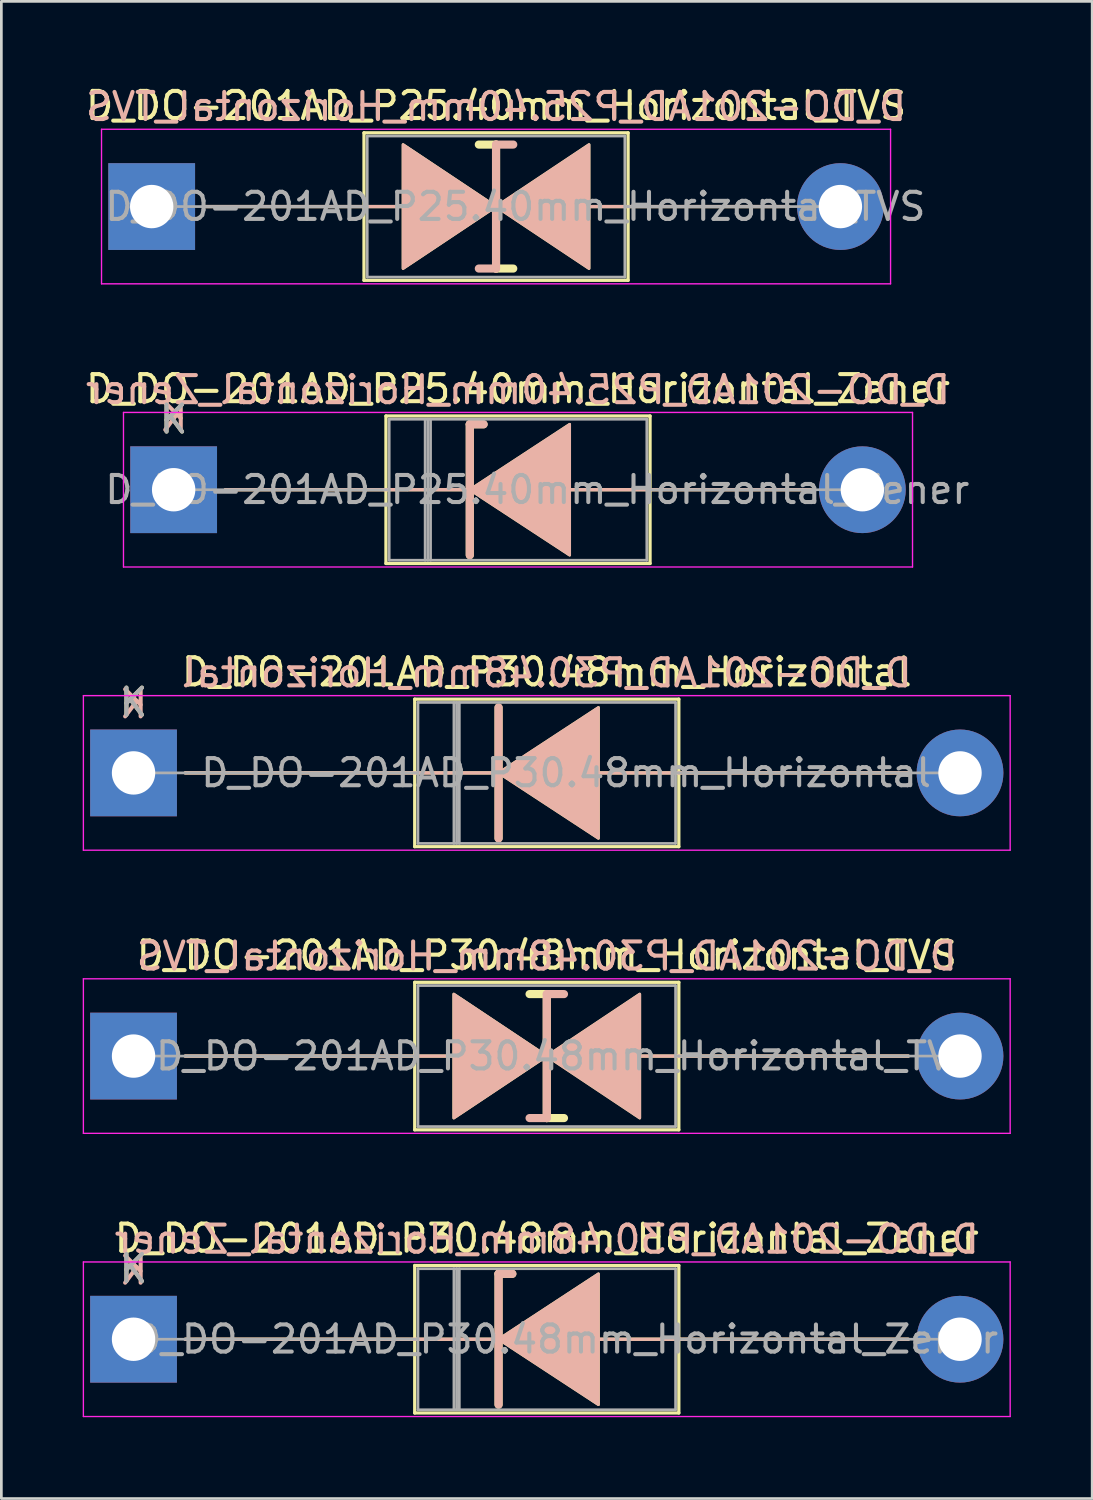
<source format=kicad_pcb>
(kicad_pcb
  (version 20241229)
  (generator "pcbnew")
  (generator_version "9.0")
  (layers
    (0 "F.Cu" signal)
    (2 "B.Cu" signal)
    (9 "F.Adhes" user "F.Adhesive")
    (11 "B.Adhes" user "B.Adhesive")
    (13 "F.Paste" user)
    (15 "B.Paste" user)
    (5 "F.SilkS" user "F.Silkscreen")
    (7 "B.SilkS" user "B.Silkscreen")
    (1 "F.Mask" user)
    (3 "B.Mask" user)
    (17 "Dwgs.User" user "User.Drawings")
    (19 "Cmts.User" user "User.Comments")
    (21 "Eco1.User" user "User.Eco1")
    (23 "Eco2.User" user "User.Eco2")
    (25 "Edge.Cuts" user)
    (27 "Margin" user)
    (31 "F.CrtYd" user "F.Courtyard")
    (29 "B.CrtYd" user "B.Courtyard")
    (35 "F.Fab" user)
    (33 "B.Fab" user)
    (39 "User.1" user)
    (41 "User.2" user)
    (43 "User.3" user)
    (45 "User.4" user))
  (footprint "D_DO-201AD_P25.40mm_Horizontal_Zener"
    (layer "F.Cu")
    (at 3.354 15.011)
    (property "Reference" "D_DO-201AD_P25.40mm_Horizontal_Zener" (at 12.7 -3.72 0) (layer "F.SilkS") (effects (font (size 1 1) (thickness 0.15))))
    (fp_line (start 1.905 0) (end 7.83 0) (stroke (width 0.12) (type solid)) (layer "F.SilkS"))
    (fp_line (start 7.83 -2.72) (end 7.83 2.72) (stroke (width 0.12) (type solid)) (layer "F.SilkS"))
    (fp_line (start 7.83 2.72) (end 17.57 2.72) (stroke (width 0.12) (type solid)) (layer "F.SilkS"))
    (fp_line (start 10.795 0) (end 7.83 0) (stroke (width 0.12) (type solid)) (layer "F.SilkS"))
    (fp_line (start 10.922 -2.413) (end 10.922 2.413) (stroke (width 0.3) (type solid)) (layer "F.SilkS"))
    (fp_line (start 10.922 -2.413) (end 11.43 -2.413) (stroke (width 0.3) (type solid)) (layer "F.SilkS"))
    (fp_line (start 14.605 0) (end 17.57 0) (stroke (width 0.12) (type solid)) (layer "F.SilkS"))
    (fp_line (start 17.57 -2.72) (end 7.83 -2.72) (stroke (width 0.12) (type solid)) (layer "F.SilkS"))
    (fp_line (start 17.57 2.72) (end 17.57 -2.72) (stroke (width 0.12) (type solid)) (layer "F.SilkS"))
    (fp_line (start 23.495 0) (end 17.57 0) (stroke (width 0.12) (type solid)) (layer "F.SilkS"))
    (fp_poly (pts (xy 14.605 2.413) (xy 10.922 0) (xy 14.605 -2.413)) (stroke (width 0.1) (type solid)) (fill yes) (layer "F.SilkS"))
    (fp_line (start 1.905 0) (end 7.83 0) (stroke (width 0.12) (type solid)) (layer "B.SilkS"))
    (fp_line (start 10.795 0) (end 7.83 0) (stroke (width 0.12) (type solid)) (layer "B.SilkS"))
    (fp_line (start 10.922 -2.413) (end 11.43 -2.413) (stroke (width 0.3) (type solid)) (layer "B.SilkS"))
    (fp_line (start 10.922 2.413) (end 10.922 -2.413) (stroke (width 0.3) (type solid)) (layer "B.SilkS"))
    (fp_line (start 14.605 0) (end 17.57 0) (stroke (width 0.12) (type solid)) (layer "B.SilkS"))
    (fp_line (start 23.495 0) (end 17.57 0) (stroke (width 0.12) (type solid)) (layer "B.SilkS"))
    (fp_poly (pts (xy 14.605 -2.413) (xy 10.922 0) (xy 14.605 2.413)) (stroke (width 0.1) (type solid)) (fill yes) (layer "B.SilkS"))
    (fp_line (start -1.85 -2.85) (end -1.85 2.85) (stroke (width 0.05) (type solid)) (layer "F.CrtYd"))
    (fp_line (start -1.85 2.85) (end 27.25 2.85) (stroke (width 0.05) (type solid)) (layer "F.CrtYd"))
    (fp_line (start 27.25 -2.85) (end -1.85 -2.85) (stroke (width 0.05) (type solid)) (layer "F.CrtYd"))
    (fp_line (start 27.25 2.85) (end 27.25 -2.85) (stroke (width 0.05) (type solid)) (layer "F.CrtYd"))
    (fp_line (start 0 0) (end 7.95 0) (stroke (width 0.1) (type solid)) (layer "F.Fab"))
    (fp_line (start 7.95 -2.6) (end 7.95 2.6) (stroke (width 0.1) (type solid)) (layer "F.Fab"))
    (fp_line (start 7.95 2.6) (end 17.45 2.6) (stroke (width 0.1) (type solid)) (layer "F.Fab"))
    (fp_line (start 9.275 -2.6) (end 9.275 2.6) (stroke (width 0.1) (type solid)) (layer "F.Fab"))
    (fp_line (start 9.375 -2.6) (end 9.375 2.6) (stroke (width 0.1) (type solid)) (layer "F.Fab"))
    (fp_line (start 9.475 -2.6) (end 9.475 2.6) (stroke (width 0.1) (type solid)) (layer "F.Fab"))
    (fp_line (start 17.45 -2.6) (end 7.95 -2.6) (stroke (width 0.1) (type solid)) (layer "F.Fab"))
    (fp_line (start 17.45 2.6) (end 17.45 -2.6) (stroke (width 0.1) (type solid)) (layer "F.Fab"))
    (fp_line (start 25.4 0) (end 17.45 0) (stroke (width 0.1) (type solid)) (layer "F.Fab"))
    (fp_text user "K" (at 0 -2.6 0) (layer "F.SilkS") (effects (font (size 1 1) (thickness 0.15))))
    (fp_text user "K" (at 0 -2.667 0) (layer "B.SilkS") (effects (font (size 1 1) (thickness 0.15)) (justify mirror)))
    (fp_text user "${REFERENCE}" (at 12.7 -3.683 0) (layer "B.SilkS") (effects (font (size 1 1) (thickness 0.15)) (justify mirror)))
    (fp_text user "K" (at 0 -2.6 0) (layer "F.Fab") (effects (font (size 1 1) (thickness 0.15))))
    (fp_text user "${REFERENCE}" (at 13.412 0 0) (layer "F.Fab") (effects (font (size 1 1) (thickness 0.15))))
    (pad "1" thru_hole rect (at 0 0) (size 3.2 3.2) (drill 1.6) (layers "*.Cu" "*.Mask"))
    (pad "2" thru_hole oval (at 25.4 0) (size 3.2 3.2) (drill 1.6) (layers "*.Cu" "*.Mask")))
  (footprint "D_DO-201AD_P30.48mm_Horizontal_TVS"
    (layer "F.Cu")
    (at 1.875 35.898)
    (property "Reference" "D_DO-201AD_P30.48mm_Horizontal_TVS" (at 15.24 -3.72 0) (layer "F.SilkS") (effects (font (size 1 1) (thickness 0.15))))
    (fp_line (start 1.905 0) (end 10.37 0) (stroke (width 0.12) (type solid)) (layer "F.SilkS"))
    (fp_line (start 10.37 -2.72) (end 10.37 2.72) (stroke (width 0.12) (type solid)) (layer "F.SilkS"))
    (fp_line (start 10.37 0) (end 11.811 0) (stroke (width 0.12) (type solid)) (layer "F.SilkS"))
    (fp_line (start 10.37 2.72) (end 20.11 2.72) (stroke (width 0.12) (type solid)) (layer "F.SilkS"))
    (fp_line (start 15.24 -2.286) (end 14.605 -2.286) (stroke (width 0.3) (type solid)) (layer "F.SilkS"))
    (fp_line (start 15.24 2.286) (end 15.24 -2.286) (stroke (width 0.3) (type solid)) (layer "F.SilkS"))
    (fp_line (start 15.875 2.286) (end 15.24 2.286) (stroke (width 0.3) (type solid)) (layer "F.SilkS"))
    (fp_line (start 18.669 0) (end 20.11 0) (stroke (width 0.12) (type solid)) (layer "F.SilkS"))
    (fp_line (start 20.11 -2.72) (end 10.37 -2.72) (stroke (width 0.12) (type solid)) (layer "F.SilkS"))
    (fp_line (start 20.11 2.72) (end 20.11 -2.72) (stroke (width 0.12) (type solid)) (layer "F.SilkS"))
    (fp_line (start 28.575 0) (end 20.11 0) (stroke (width 0.12) (type solid)) (layer "F.SilkS"))
    (fp_poly (pts (xy 15.24 0) (xy 11.811 2.286) (xy 11.811 -2.286)) (stroke (width 0.1) (type solid)) (fill yes) (layer "F.SilkS"))
    (fp_poly (pts (xy 15.24 0) (xy 18.669 -2.286) (xy 18.669 2.286)) (stroke (width 0.1) (type solid)) (fill yes) (layer "F.SilkS"))
    (fp_line (start 1.905 0) (end 10.37 0) (stroke (width 0.12) (type solid)) (layer "B.SilkS"))
    (fp_line (start 10.37 0) (end 11.811 0) (stroke (width 0.12) (type solid)) (layer "B.SilkS"))
    (fp_line (start 15.24 -2.286) (end 15.24 2.286) (stroke (width 0.3) (type solid)) (layer "B.SilkS"))
    (fp_line (start 15.24 2.286) (end 14.605 2.286) (stroke (width 0.3) (type solid)) (layer "B.SilkS"))
    (fp_line (start 15.875 -2.286) (end 15.24 -2.286) (stroke (width 0.3) (type solid)) (layer "B.SilkS"))
    (fp_line (start 18.669 0) (end 20.11 0) (stroke (width 0.12) (type solid)) (layer "B.SilkS"))
    (fp_line (start 28.575 0) (end 20.11 0) (stroke (width 0.12) (type solid)) (layer "B.SilkS"))
    (fp_poly (pts (xy 15.24 0) (xy 11.811 -2.286) (xy 11.811 2.286)) (stroke (width 0.1) (type solid)) (fill yes) (layer "B.SilkS"))
    (fp_poly (pts (xy 15.24 0) (xy 18.669 2.286) (xy 18.669 -2.286)) (stroke (width 0.1) (type solid)) (fill yes) (layer "B.SilkS"))
    (fp_line (start -1.85 -2.85) (end -1.85 2.85) (stroke (width 0.05) (type solid)) (layer "F.CrtYd"))
    (fp_line (start -1.85 2.85) (end 32.33 2.85) (stroke (width 0.05) (type solid)) (layer "F.CrtYd"))
    (fp_line (start 32.33 -2.85) (end -1.85 -2.85) (stroke (width 0.05) (type solid)) (layer "F.CrtYd"))
    (fp_line (start 32.33 2.85) (end 32.33 -2.85) (stroke (width 0.05) (type solid)) (layer "F.CrtYd"))
    (fp_line (start 0 0) (end 10.49 0) (stroke (width 0.1) (type solid)) (layer "F.Fab"))
    (fp_line (start 10.49 -2.6) (end 10.49 2.6) (stroke (width 0.1) (type solid)) (layer "F.Fab"))
    (fp_line (start 10.49 2.6) (end 19.99 2.6) (stroke (width 0.1) (type solid)) (layer "F.Fab"))
    (fp_line (start 19.99 -2.6) (end 10.49 -2.6) (stroke (width 0.1) (type solid)) (layer "F.Fab"))
    (fp_line (start 19.99 2.6) (end 19.99 -2.6) (stroke (width 0.1) (type solid)) (layer "F.Fab"))
    (fp_line (start 30.48 0) (end 19.99 0) (stroke (width 0.1) (type solid)) (layer "F.Fab"))
    (fp_text user "${REFERENCE}" (at 15.24 -3.683 0) (layer "B.SilkS") (effects (font (size 1 1) (thickness 0.15)) (justify mirror)))
    (fp_text user "${REFERENCE}" (at 15.953 0 0) (layer "F.Fab") (effects (font (size 1 1) (thickness 0.15))))
    (pad "1" thru_hole rect (at 0 0) (size 3.2 3.2) (drill 1.6) (layers "*.Cu" "*.Mask"))
    (pad "2" thru_hole oval (at 30.48 0) (size 3.2 3.2) (drill 1.6) (layers "*.Cu" "*.Mask")))
  (footprint "D_DO-201AD_P25.40mm_Horizontal_TVS"
    (layer "F.Cu")
    (at 2.544 4.568)
    (property "Reference" "D_DO-201AD_P25.40mm_Horizontal_TVS" (at 12.7 -3.72 0) (layer "F.SilkS") (effects (font (size 1 1) (thickness 0.15))))
    (fp_line (start 1.905 0) (end 7.83 0) (stroke (width 0.12) (type solid)) (layer "F.SilkS"))
    (fp_line (start 7.83 -2.72) (end 7.83 2.72) (stroke (width 0.12) (type solid)) (layer "F.SilkS"))
    (fp_line (start 7.83 0) (end 9.271 0) (stroke (width 0.12) (type solid)) (layer "F.SilkS"))
    (fp_line (start 7.83 2.72) (end 17.57 2.72) (stroke (width 0.12) (type solid)) (layer "F.SilkS"))
    (fp_line (start 12.7 -2.286) (end 12.065 -2.286) (stroke (width 0.3) (type solid)) (layer "F.SilkS"))
    (fp_line (start 12.7 2.286) (end 12.7 -2.286) (stroke (width 0.3) (type solid)) (layer "F.SilkS"))
    (fp_line (start 13.335 2.286) (end 12.7 2.286) (stroke (width 0.3) (type solid)) (layer "F.SilkS"))
    (fp_line (start 16.129 0) (end 17.57 0) (stroke (width 0.12) (type solid)) (layer "F.SilkS"))
    (fp_line (start 17.57 -2.72) (end 7.83 -2.72) (stroke (width 0.12) (type solid)) (layer "F.SilkS"))
    (fp_line (start 17.57 2.72) (end 17.57 -2.72) (stroke (width 0.12) (type solid)) (layer "F.SilkS"))
    (fp_line (start 23.495 0) (end 17.57 0) (stroke (width 0.12) (type solid)) (layer "F.SilkS"))
    (fp_poly (pts (xy 12.7 0) (xy 9.271 2.286) (xy 9.271 -2.286)) (stroke (width 0.1) (type solid)) (fill yes) (layer "F.SilkS"))
    (fp_poly (pts (xy 12.7 0) (xy 16.129 -2.286) (xy 16.129 2.286)) (stroke (width 0.1) (type solid)) (fill yes) (layer "F.SilkS"))
    (fp_line (start 1.905 0) (end 7.83 0) (stroke (width 0.12) (type solid)) (layer "B.SilkS"))
    (fp_line (start 7.83 0) (end 9.271 0) (stroke (width 0.12) (type solid)) (layer "B.SilkS"))
    (fp_line (start 12.7 -2.286) (end 12.7 2.286) (stroke (width 0.3) (type solid)) (layer "B.SilkS"))
    (fp_line (start 12.7 2.286) (end 12.065 2.286) (stroke (width 0.3) (type solid)) (layer "B.SilkS"))
    (fp_line (start 13.335 -2.286) (end 12.7 -2.286) (stroke (width 0.3) (type solid)) (layer "B.SilkS"))
    (fp_line (start 16.129 0) (end 17.57 0) (stroke (width 0.12) (type solid)) (layer "B.SilkS"))
    (fp_line (start 23.495 0) (end 17.57 0) (stroke (width 0.12) (type solid)) (layer "B.SilkS"))
    (fp_poly (pts (xy 12.7 0) (xy 9.271 -2.286) (xy 9.271 2.286)) (stroke (width 0.1) (type solid)) (fill yes) (layer "B.SilkS"))
    (fp_poly (pts (xy 12.7 0) (xy 16.129 2.286) (xy 16.129 -2.286)) (stroke (width 0.1) (type solid)) (fill yes) (layer "B.SilkS"))
    (fp_line (start -1.85 -2.85) (end -1.85 2.85) (stroke (width 0.05) (type solid)) (layer "F.CrtYd"))
    (fp_line (start -1.85 2.85) (end 27.25 2.85) (stroke (width 0.05) (type solid)) (layer "F.CrtYd"))
    (fp_line (start 27.25 -2.85) (end -1.85 -2.85) (stroke (width 0.05) (type solid)) (layer "F.CrtYd"))
    (fp_line (start 27.25 2.85) (end 27.25 -2.85) (stroke (width 0.05) (type solid)) (layer "F.CrtYd"))
    (fp_line (start 0 0) (end 7.95 0) (stroke (width 0.1) (type solid)) (layer "F.Fab"))
    (fp_line (start 7.95 -2.6) (end 7.95 2.6) (stroke (width 0.1) (type solid)) (layer "F.Fab"))
    (fp_line (start 7.95 2.6) (end 17.45 2.6) (stroke (width 0.1) (type solid)) (layer "F.Fab"))
    (fp_line (start 17.45 -2.6) (end 7.95 -2.6) (stroke (width 0.1) (type solid)) (layer "F.Fab"))
    (fp_line (start 17.45 2.6) (end 17.45 -2.6) (stroke (width 0.1) (type solid)) (layer "F.Fab"))
    (fp_line (start 25.4 0) (end 17.45 0) (stroke (width 0.1) (type solid)) (layer "F.Fab"))
    (fp_text user "${REFERENCE}" (at 12.7 -3.683 0) (layer "B.SilkS") (effects (font (size 1 1) (thickness 0.15)) (justify mirror)))
    (fp_text user "${REFERENCE}" (at 13.412 0 0) (layer "F.Fab") (effects (font (size 1 1) (thickness 0.15))))
    (pad "1" thru_hole rect (at 0 0) (size 3.2 3.2) (drill 1.6) (layers "*.Cu" "*.Mask"))
    (pad "2" thru_hole oval (at 25.4 0) (size 3.2 3.2) (drill 1.6) (layers "*.Cu" "*.Mask")))
  (footprint "D_DO-201AD_P30.48mm_Horizontal"
    (layer "F.Cu")
    (at 1.875 25.455)
    (property "Reference" "D_DO-201AD_P30.48mm_Horizontal" (at 15.24 -3.72 0) (layer "F.SilkS") (effects (font (size 1 1) (thickness 0.15))))
    (fp_line (start 1.905 0) (end 10.37 0) (stroke (width 0.12) (type solid)) (layer "F.SilkS"))
    (fp_line (start 10.37 -2.72) (end 10.37 2.72) (stroke (width 0.12) (type solid)) (layer "F.SilkS"))
    (fp_line (start 10.37 2.72) (end 20.11 2.72) (stroke (width 0.12) (type solid)) (layer "F.SilkS"))
    (fp_line (start 13.335 0) (end 10.37 0) (stroke (width 0.12) (type solid)) (layer "F.SilkS"))
    (fp_line (start 13.462 -2.413) (end 13.462 2.413) (stroke (width 0.3) (type solid)) (layer "F.SilkS"))
    (fp_line (start 17.145 0) (end 20.11 0) (stroke (width 0.12) (type solid)) (layer "F.SilkS"))
    (fp_line (start 20.11 -2.72) (end 10.37 -2.72) (stroke (width 0.12) (type solid)) (layer "F.SilkS"))
    (fp_line (start 20.11 2.72) (end 20.11 -2.72) (stroke (width 0.12) (type solid)) (layer "F.SilkS"))
    (fp_line (start 28.575 0) (end 20.11 0) (stroke (width 0.12) (type solid)) (layer "F.SilkS"))
    (fp_poly (pts (xy 17.145 2.413) (xy 13.462 0) (xy 17.145 -2.413)) (stroke (width 0.1) (type solid)) (fill yes) (layer "F.SilkS"))
    (fp_line (start 1.905 0) (end 10.37 0) (stroke (width 0.12) (type solid)) (layer "B.SilkS"))
    (fp_line (start 13.335 0) (end 10.37 0) (stroke (width 0.12) (type solid)) (layer "B.SilkS"))
    (fp_line (start 13.462 2.413) (end 13.462 -2.413) (stroke (width 0.3) (type solid)) (layer "B.SilkS"))
    (fp_line (start 17.145 0) (end 20.11 0) (stroke (width 0.12) (type solid)) (layer "B.SilkS"))
    (fp_line (start 28.575 0) (end 20.11 0) (stroke (width 0.12) (type solid)) (layer "B.SilkS"))
    (fp_poly (pts (xy 17.145 -2.413) (xy 13.462 0) (xy 17.145 2.413)) (stroke (width 0.1) (type solid)) (fill yes) (layer "B.SilkS"))
    (fp_line (start -1.85 -2.85) (end -1.85 2.85) (stroke (width 0.05) (type solid)) (layer "F.CrtYd"))
    (fp_line (start -1.85 2.85) (end 32.33 2.85) (stroke (width 0.05) (type solid)) (layer "F.CrtYd"))
    (fp_line (start 32.33 -2.85) (end -1.85 -2.85) (stroke (width 0.05) (type solid)) (layer "F.CrtYd"))
    (fp_line (start 32.33 2.85) (end 32.33 -2.85) (stroke (width 0.05) (type solid)) (layer "F.CrtYd"))
    (fp_line (start 0 0) (end 10.49 0) (stroke (width 0.1) (type solid)) (layer "F.Fab"))
    (fp_line (start 10.49 -2.6) (end 10.49 2.6) (stroke (width 0.1) (type solid)) (layer "F.Fab"))
    (fp_line (start 10.49 2.6) (end 19.99 2.6) (stroke (width 0.1) (type solid)) (layer "F.Fab"))
    (fp_line (start 11.815 -2.6) (end 11.815 2.6) (stroke (width 0.1) (type solid)) (layer "F.Fab"))
    (fp_line (start 11.915 -2.6) (end 11.915 2.6) (stroke (width 0.1) (type solid)) (layer "F.Fab"))
    (fp_line (start 12.015 -2.6) (end 12.015 2.6) (stroke (width 0.1) (type solid)) (layer "F.Fab"))
    (fp_line (start 19.99 -2.6) (end 10.49 -2.6) (stroke (width 0.1) (type solid)) (layer "F.Fab"))
    (fp_line (start 19.99 2.6) (end 19.99 -2.6) (stroke (width 0.1) (type solid)) (layer "F.Fab"))
    (fp_line (start 30.48 0) (end 19.99 0) (stroke (width 0.1) (type solid)) (layer "F.Fab"))
    (fp_text user "K" (at 0 -2.6 0) (layer "F.SilkS") (effects (font (size 1 1) (thickness 0.15))))
    (fp_text user "${REFERENCE}" (at 15.24 -3.683 0) (layer "B.SilkS") (effects (font (size 1 1) (thickness 0.15)) (justify mirror)))
    (fp_text user "K" (at 0 -2.54 0) (layer "B.SilkS") (effects (font (size 1 1) (thickness 0.15)) (justify mirror)))
    (fp_text user "${REFERENCE}" (at 15.953 0 0) (layer "F.Fab") (effects (font (size 1 1) (thickness 0.15))))
    (fp_text user "K" (at 0 -2.6 0) (layer "F.Fab") (effects (font (size 1 1) (thickness 0.15))))
    (pad "1" thru_hole rect (at 0 0) (size 3.2 3.2) (drill 1.6) (layers "*.Cu" "*.Mask"))
    (pad "2" thru_hole oval (at 30.48 0) (size 3.2 3.2) (drill 1.6) (layers "*.Cu" "*.Mask")))
  (footprint "D_DO-201AD_P30.48mm_Horizontal_Zener"
    (layer "F.Cu")
    (at 1.875 46.341)
    (property "Reference" "D_DO-201AD_P30.48mm_Horizontal_Zener" (at 15.24 -3.72 0) (layer "F.SilkS") (effects (font (size 1 1) (thickness 0.15))))
    (fp_line (start 1.905 0) (end 10.37 0) (stroke (width 0.12) (type solid)) (layer "F.SilkS"))
    (fp_line (start 10.37 -2.72) (end 10.37 2.72) (stroke (width 0.12) (type solid)) (layer "F.SilkS"))
    (fp_line (start 10.37 2.72) (end 20.11 2.72) (stroke (width 0.12) (type solid)) (layer "F.SilkS"))
    (fp_line (start 13.335 0) (end 10.37 0) (stroke (width 0.12) (type solid)) (layer "F.SilkS"))
    (fp_line (start 13.462 -2.413) (end 13.462 2.413) (stroke (width 0.3) (type solid)) (layer "F.SilkS"))
    (fp_line (start 13.462 -2.413) (end 13.97 -2.413) (stroke (width 0.3) (type solid)) (layer "F.SilkS"))
    (fp_line (start 17.145 0) (end 20.11 0) (stroke (width 0.12) (type solid)) (layer "F.SilkS"))
    (fp_line (start 20.11 -2.72) (end 10.37 -2.72) (stroke (width 0.12) (type solid)) (layer "F.SilkS"))
    (fp_line (start 20.11 2.72) (end 20.11 -2.72) (stroke (width 0.12) (type solid)) (layer "F.SilkS"))
    (fp_line (start 28.575 0) (end 20.11 0) (stroke (width 0.12) (type solid)) (layer "F.SilkS"))
    (fp_poly (pts (xy 17.145 2.413) (xy 13.462 0) (xy 17.145 -2.413)) (stroke (width 0.1) (type solid)) (fill yes) (layer "F.SilkS"))
    (fp_line (start 1.905 0) (end 10.37 0) (stroke (width 0.12) (type solid)) (layer "B.SilkS"))
    (fp_line (start 13.335 0) (end 10.37 0) (stroke (width 0.12) (type solid)) (layer "B.SilkS"))
    (fp_line (start 13.462 -2.413) (end 13.97 -2.413) (stroke (width 0.3) (type solid)) (layer "B.SilkS"))
    (fp_line (start 13.462 2.413) (end 13.462 -2.413) (stroke (width 0.3) (type solid)) (layer "B.SilkS"))
    (fp_line (start 17.145 0) (end 20.11 0) (stroke (width 0.12) (type solid)) (layer "B.SilkS"))
    (fp_line (start 28.575 0) (end 20.11 0) (stroke (width 0.12) (type solid)) (layer "B.SilkS"))
    (fp_poly (pts (xy 17.145 -2.413) (xy 13.462 0) (xy 17.145 2.413)) (stroke (width 0.1) (type solid)) (fill yes) (layer "B.SilkS"))
    (fp_line (start -1.85 -2.85) (end -1.85 2.85) (stroke (width 0.05) (type solid)) (layer "F.CrtYd"))
    (fp_line (start -1.85 2.85) (end 32.33 2.85) (stroke (width 0.05) (type solid)) (layer "F.CrtYd"))
    (fp_line (start 32.33 -2.85) (end -1.85 -2.85) (stroke (width 0.05) (type solid)) (layer "F.CrtYd"))
    (fp_line (start 32.33 2.85) (end 32.33 -2.85) (stroke (width 0.05) (type solid)) (layer "F.CrtYd"))
    (fp_line (start 0 0) (end 10.49 0) (stroke (width 0.1) (type solid)) (layer "F.Fab"))
    (fp_line (start 10.49 -2.6) (end 10.49 2.6) (stroke (width 0.1) (type solid)) (layer "F.Fab"))
    (fp_line (start 10.49 2.6) (end 19.99 2.6) (stroke (width 0.1) (type solid)) (layer "F.Fab"))
    (fp_line (start 11.815 -2.6) (end 11.815 2.6) (stroke (width 0.1) (type solid)) (layer "F.Fab"))
    (fp_line (start 11.915 -2.6) (end 11.915 2.6) (stroke (width 0.1) (type solid)) (layer "F.Fab"))
    (fp_line (start 12.015 -2.6) (end 12.015 2.6) (stroke (width 0.1) (type solid)) (layer "F.Fab"))
    (fp_line (start 19.99 -2.6) (end 10.49 -2.6) (stroke (width 0.1) (type solid)) (layer "F.Fab"))
    (fp_line (start 19.99 2.6) (end 19.99 -2.6) (stroke (width 0.1) (type solid)) (layer "F.Fab"))
    (fp_line (start 30.48 0) (end 19.99 0) (stroke (width 0.1) (type solid)) (layer "F.Fab"))
    (fp_text user "K" (at 0 -2.6 0) (layer "F.SilkS") (effects (font (size 1 1) (thickness 0.15))))
    (fp_text user "${REFERENCE}" (at 15.24 -3.683 0) (layer "B.SilkS") (effects (font (size 1 1) (thickness 0.15)) (justify mirror)))
    (fp_text user "K" (at 0 -2.54 0) (layer "B.SilkS") (effects (font (size 1 1) (thickness 0.15)) (justify mirror)))
    (fp_text user "K" (at 0 -2.6 0) (layer "F.Fab") (effects (font (size 1 1) (thickness 0.15))))
    (fp_text user "${REFERENCE}" (at 15.953 0 0) (layer "F.Fab") (effects (font (size 1 1) (thickness 0.15))))
    (pad "1" thru_hole rect (at 0 0) (size 3.2 3.2) (drill 1.6) (layers "*.Cu" "*.Mask"))
    (pad "2" thru_hole oval (at 30.48 0) (size 3.2 3.2) (drill 1.6) (layers "*.Cu" "*.Mask")))
  (gr_rect
    (start -3 -3)
    (end 37.23 52.216)
    (stroke (width 0.1) (type default))
    (fill no)
    (layer "Edge.Cuts")))
</source>
